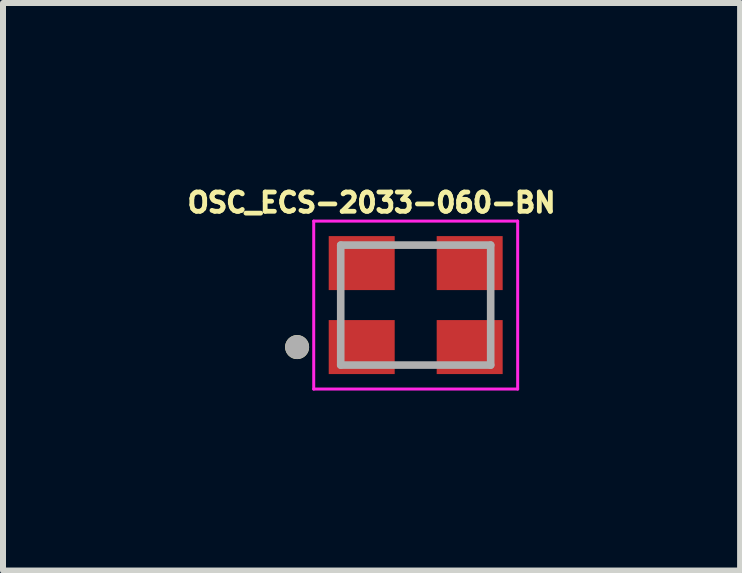
<source format=kicad_pcb>
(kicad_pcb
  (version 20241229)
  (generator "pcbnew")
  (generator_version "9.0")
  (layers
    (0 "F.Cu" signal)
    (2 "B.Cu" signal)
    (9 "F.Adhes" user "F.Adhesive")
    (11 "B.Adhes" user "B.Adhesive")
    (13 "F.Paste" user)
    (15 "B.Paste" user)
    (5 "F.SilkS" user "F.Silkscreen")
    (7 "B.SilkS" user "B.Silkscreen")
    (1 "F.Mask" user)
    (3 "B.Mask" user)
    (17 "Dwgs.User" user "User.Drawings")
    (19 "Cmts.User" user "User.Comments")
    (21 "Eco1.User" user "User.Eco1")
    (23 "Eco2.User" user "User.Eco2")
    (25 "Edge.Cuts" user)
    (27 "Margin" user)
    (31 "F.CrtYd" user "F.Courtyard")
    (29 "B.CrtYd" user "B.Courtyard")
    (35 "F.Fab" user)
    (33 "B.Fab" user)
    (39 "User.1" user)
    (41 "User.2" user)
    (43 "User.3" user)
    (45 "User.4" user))
  (footprint "OSC_ECS-2033-060-BN"
    (layer "F.Cu")
    (at 3.88 2.036)
    (property "Reference" "OSC_ECS-2033-060-BN" (at -0.736 -1.708 0) (layer "F.SilkS") (effects (font (size 0.321 0.321) (thickness 0.15))))
    (attr smd)
    (fp_circle (center -1.977 0.7) (end -1.877 0.7) (stroke (width 0.2) (type solid)) (fill no) (layer "F.SilkS"))
    (fp_line (start -1.7 -1.4) (end 1.7 -1.4) (stroke (width 0.05) (type solid)) (layer "F.CrtYd"))
    (fp_line (start -1.7 1.4) (end -1.7 -1.4) (stroke (width 0.05) (type solid)) (layer "F.CrtYd"))
    (fp_line (start 1.7 -1.4) (end 1.7 1.4) (stroke (width 0.05) (type solid)) (layer "F.CrtYd"))
    (fp_line (start 1.7 1.4) (end -1.7 1.4) (stroke (width 0.05) (type solid)) (layer "F.CrtYd"))
    (fp_line (start -1.25 -1) (end 1.25 -1) (stroke (width 0.127) (type solid)) (layer "F.Fab"))
    (fp_line (start -1.25 1) (end -1.25 -1) (stroke (width 0.127) (type solid)) (layer "F.Fab"))
    (fp_line (start 1.25 -1) (end 1.25 1) (stroke (width 0.127) (type solid)) (layer "F.Fab"))
    (fp_line (start 1.25 1) (end -1.25 1) (stroke (width 0.127) (type solid)) (layer "F.Fab"))
    (fp_circle (center -1.977 0.7) (end -1.877 0.7) (stroke (width 0.2) (type solid)) (fill no) (layer "F.Fab"))
    (pad "1" smd rect (at -0.9 0.7) (size 1.1 0.9) (layers "F.Cu" "F.Mask" "F.Paste"))
    (pad "2" smd rect (at 0.9 0.7) (size 1.1 0.9) (layers "F.Cu" "F.Mask" "F.Paste"))
    (pad "3" smd rect (at 0.9 -0.7) (size 1.1 0.9) (layers "F.Cu" "F.Mask" "F.Paste"))
    (pad "4" smd rect (at -0.9 -0.7) (size 1.1 0.9) (layers "F.Cu" "F.Mask" "F.Paste")))
  (gr_rect
    (start -3 -3)
    (end 9.288 6.461)
    (stroke (width 0.1) (type default))
    (fill no)
    (layer "Edge.Cuts")))
</source>
